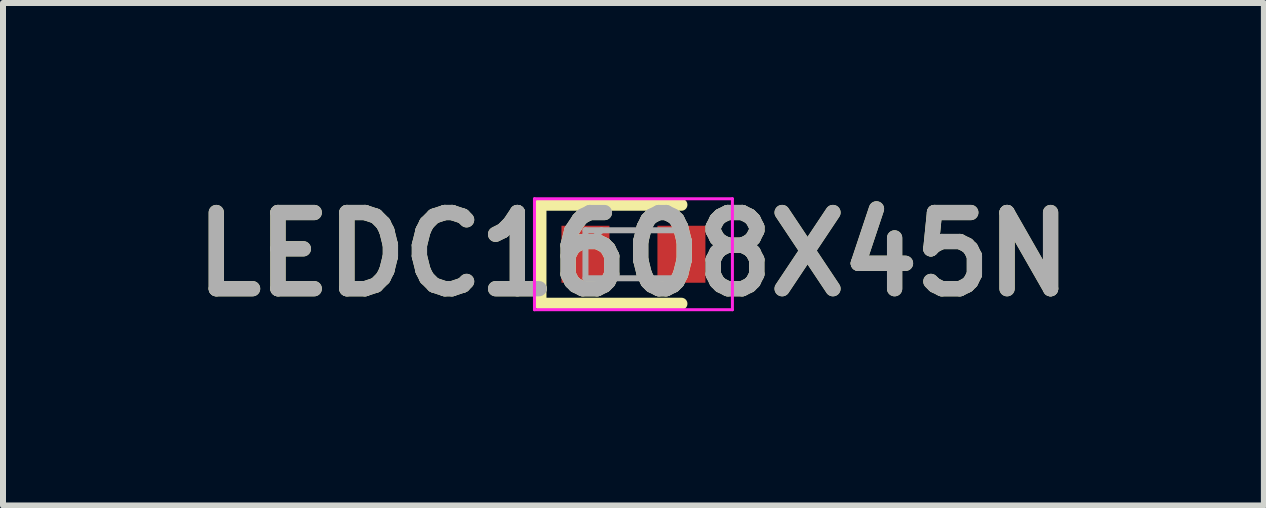
<source format=kicad_pcb>
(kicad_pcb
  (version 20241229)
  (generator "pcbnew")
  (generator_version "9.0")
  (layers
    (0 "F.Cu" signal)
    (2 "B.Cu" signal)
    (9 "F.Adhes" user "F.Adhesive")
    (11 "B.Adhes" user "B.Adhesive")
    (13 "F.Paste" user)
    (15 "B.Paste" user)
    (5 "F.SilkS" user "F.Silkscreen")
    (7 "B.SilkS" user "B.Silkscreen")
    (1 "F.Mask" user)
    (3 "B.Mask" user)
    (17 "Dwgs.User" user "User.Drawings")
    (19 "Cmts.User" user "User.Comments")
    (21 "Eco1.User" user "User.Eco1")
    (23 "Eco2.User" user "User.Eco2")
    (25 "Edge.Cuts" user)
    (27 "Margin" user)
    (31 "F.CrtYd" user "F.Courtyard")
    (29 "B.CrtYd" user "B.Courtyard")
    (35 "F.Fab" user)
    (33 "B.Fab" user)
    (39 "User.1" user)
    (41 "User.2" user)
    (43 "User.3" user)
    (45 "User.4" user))
  (footprint "LEDC1608X45N"
    (layer "F.Cu")
    (at 7.511 1.189)
    (property "Reference" "LEDC1608X45N" (at 0 0 0) (layer "F.SilkS") (effects (font (size 1.27 1.27) (thickness 0.254))))
    (attr smd)
    (fp_line (start -1.55 -0.825) (end -1.55 0.825) (stroke (width 0.2) (type solid)) (layer "F.SilkS"))
    (fp_line (start -1.55 0.825) (end 0.8 0.825) (stroke (width 0.2) (type solid)) (layer "F.SilkS"))
    (fp_line (start 0.8 -0.825) (end -1.55 -0.825) (stroke (width 0.2) (type solid)) (layer "F.SilkS"))
    (fp_line (start -1.65 -0.925) (end 1.65 -0.925) (stroke (width 0.05) (type solid)) (layer "F.CrtYd"))
    (fp_line (start -1.65 0.925) (end -1.65 -0.925) (stroke (width 0.05) (type solid)) (layer "F.CrtYd"))
    (fp_line (start 1.65 -0.925) (end 1.65 0.925) (stroke (width 0.05) (type solid)) (layer "F.CrtYd"))
    (fp_line (start 1.65 0.925) (end -1.65 0.925) (stroke (width 0.05) (type solid)) (layer "F.CrtYd"))
    (fp_line (start -0.8 -0.4) (end 0.8 -0.4) (stroke (width 0.1) (type solid)) (layer "F.Fab"))
    (fp_line (start -0.8 -0.133) (end -0.533 -0.4) (stroke (width 0.1) (type solid)) (layer "F.Fab"))
    (fp_line (start -0.8 0.4) (end -0.8 -0.4) (stroke (width 0.1) (type solid)) (layer "F.Fab"))
    (fp_line (start 0.8 -0.4) (end 0.8 0.4) (stroke (width 0.1) (type solid)) (layer "F.Fab"))
    (fp_line (start 0.8 0.4) (end -0.8 0.4) (stroke (width 0.1) (type solid)) (layer "F.Fab"))
    (fp_text user "${REFERENCE}" (at 0 0 0) (layer "F.Fab") (effects (font (size 1.27 1.27) (thickness 0.254))))
    (pad "1" smd rect (at -0.8 0) (size 0.8 0.95) (layers "F.Cu" "F.Mask" "F.Paste"))
    (pad "2" smd rect (at 0.8 0) (size 0.8 0.95) (layers "F.Cu" "F.Mask" "F.Paste")))
  (gr_rect
    (start -3 -3)
    (end 18.022 5.377)
    (stroke (width 0.1) (type default))
    (fill no)
    (layer "Edge.Cuts")))
</source>
